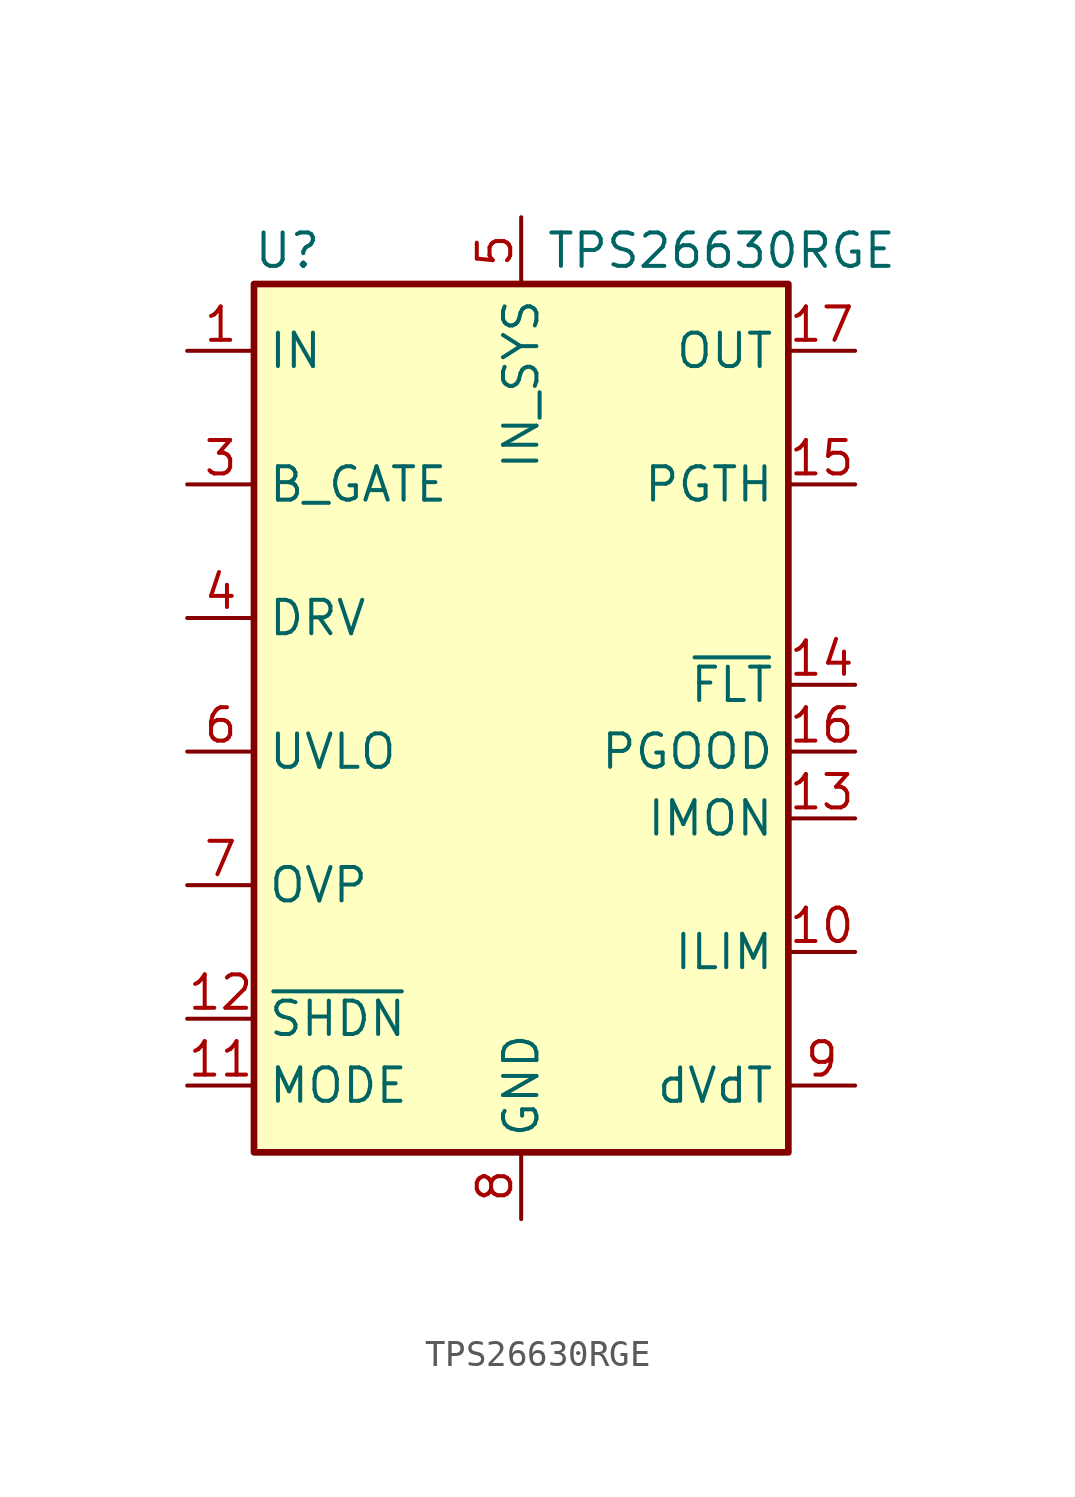
<source format=kicad_sym>
(kicad_symbol_lib
  (version 20231120)
  (generator "kicad_symbol_editor")
  (generator_version "8.0")
  (symbol "TPS26630RGE"
    (property "Reference" "U"
      (at -8.89 16.51 0)
      (effects (font (size 1.27 1.27))))
    (property "Value" "TPS26630RGE"
      (at 7.62 16.51 0)
      (effects (font (size 1.27 1.27))))
    (symbol "TPS26630RGE_0_1"
      (rectangle (start -10.16 15.24) (end 10.16 -17.78) (stroke (width 0.254) (type default)) (fill (type background))))
    (symbol "TPS26630RGE_1_1"
      (pin power_in line (at -12.7 12.7 0) (length 2.54) (name "IN" (effects (font (size 1.27 1.27)))) (number "1" (effects (font (size 1.27 1.27)))))
      (pin passive line (at 12.7 -10.16 180) (length 2.54) (name "ILIM" (effects (font (size 1.27 1.27)))) (number "10" (effects (font (size 1.27 1.27)))))
      (pin input line (at -12.7 -15.24 0) (length 2.54) (name "MODE" (effects (font (size 1.27 1.27)))) (number "11" (effects (font (size 1.27 1.27)))))
      (pin input line (at -12.7 -12.7 0) (length 2.54) (name "~{SHDN}" (effects (font (size 1.27 1.27)))) (number "12" (effects (font (size 1.27 1.27)))))
      (pin output line (at 12.7 -5.08 180) (length 2.54) (name "IMON" (effects (font (size 1.27 1.27)))) (number "13" (effects (font (size 1.27 1.27)))))
      (pin open_collector line (at 12.7 0 180) (length 2.54) (name "~{FLT}" (effects (font (size 1.27 1.27)))) (number "14" (effects (font (size 1.27 1.27)))))
      (pin input line (at 12.7 7.62 180) (length 2.54) (name "PGTH" (effects (font (size 1.27 1.27)))) (number "15" (effects (font (size 1.27 1.27)))))
      (pin output line (at 12.7 -2.54 180) (length 2.54) (name "PGOOD" (effects (font (size 1.27 1.27)))) (number "16" (effects (font (size 1.27 1.27)))))
      (pin power_out line (at 12.7 12.7 180) (length 2.54) (name "OUT" (effects (font (size 1.27 1.27)))) (number "17" (effects (font (size 1.27 1.27)))))
      (pin passive line (at 12.7 12.7 180) (length 2.54) hide (name "OUT" (effects (font (size 1.27 1.27)))) (number "18" (effects (font (size 1.27 1.27)))))
      (pin no_connect line (at -10.16 10.16 0) (length 2.54) hide (name "NC" (effects (font (size 1.27 1.27)))) (number "19" (effects (font (size 1.27 1.27)))))
      (pin passive line (at -12.7 12.7 0) (length 2.54) hide (name "IN" (effects (font (size 1.27 1.27)))) (number "2" (effects (font (size 1.27 1.27)))))
      (pin no_connect line (at -10.16 5.08 0) (length 2.54) hide (name "NC" (effects (font (size 1.27 1.27)))) (number "20" (effects (font (size 1.27 1.27)))))
      (pin no_connect line (at -10.16 0 0) (length 2.54) hide (name "NC" (effects (font (size 1.27 1.27)))) (number "21" (effects (font (size 1.27 1.27)))))
      (pin no_connect line (at 10.16 10.16 180) (length 2.54) hide (name "NC" (effects (font (size 1.27 1.27)))) (number "22" (effects (font (size 1.27 1.27)))))
      (pin no_connect line (at 10.16 5.08 180) (length 2.54) hide (name "NC" (effects (font (size 1.27 1.27)))) (number "23" (effects (font (size 1.27 1.27)))))
      (pin no_connect line (at 10.16 2.54 180) (length 2.54) hide (name "NC" (effects (font (size 1.27 1.27)))) (number "24" (effects (font (size 1.27 1.27)))))
      (pin passive line (at 0 -20.32 90) (length 2.54) hide (name "GND" (effects (font (size 1.27 1.27)))) (number "25" (effects (font (size 1.27 1.27)))))
      (pin output line (at -12.7 7.62 0) (length 2.54) (name "B_GATE" (effects (font (size 1.27 1.27)))) (number "3" (effects (font (size 1.27 1.27)))))
      (pin output line (at -12.7 2.54 0) (length 2.54) (name "DRV" (effects (font (size 1.27 1.27)))) (number "4" (effects (font (size 1.27 1.27)))))
      (pin power_in line (at 0 17.78 270) (length 2.54) (name "IN_SYS" (effects (font (size 1.27 1.27)))) (number "5" (effects (font (size 1.27 1.27)))))
      (pin input line (at -12.7 -2.54 0) (length 2.54) (name "UVLO" (effects (font (size 1.27 1.27)))) (number "6" (effects (font (size 1.27 1.27)))))
      (pin input line (at -12.7 -7.62 0) (length 2.54) (name "OVP" (effects (font (size 1.27 1.27)))) (number "7" (effects (font (size 1.27 1.27)))))
      (pin power_in line (at 0 -20.32 90) (length 2.54) (name "GND" (effects (font (size 1.27 1.27)))) (number "8" (effects (font (size 1.27 1.27)))))
      (pin passive line (at 12.7 -15.24 180) (length 2.54) (name "dVdT" (effects (font (size 1.27 1.27)))) (number "9" (effects (font (size 1.27 1.27))))))))
</source>
